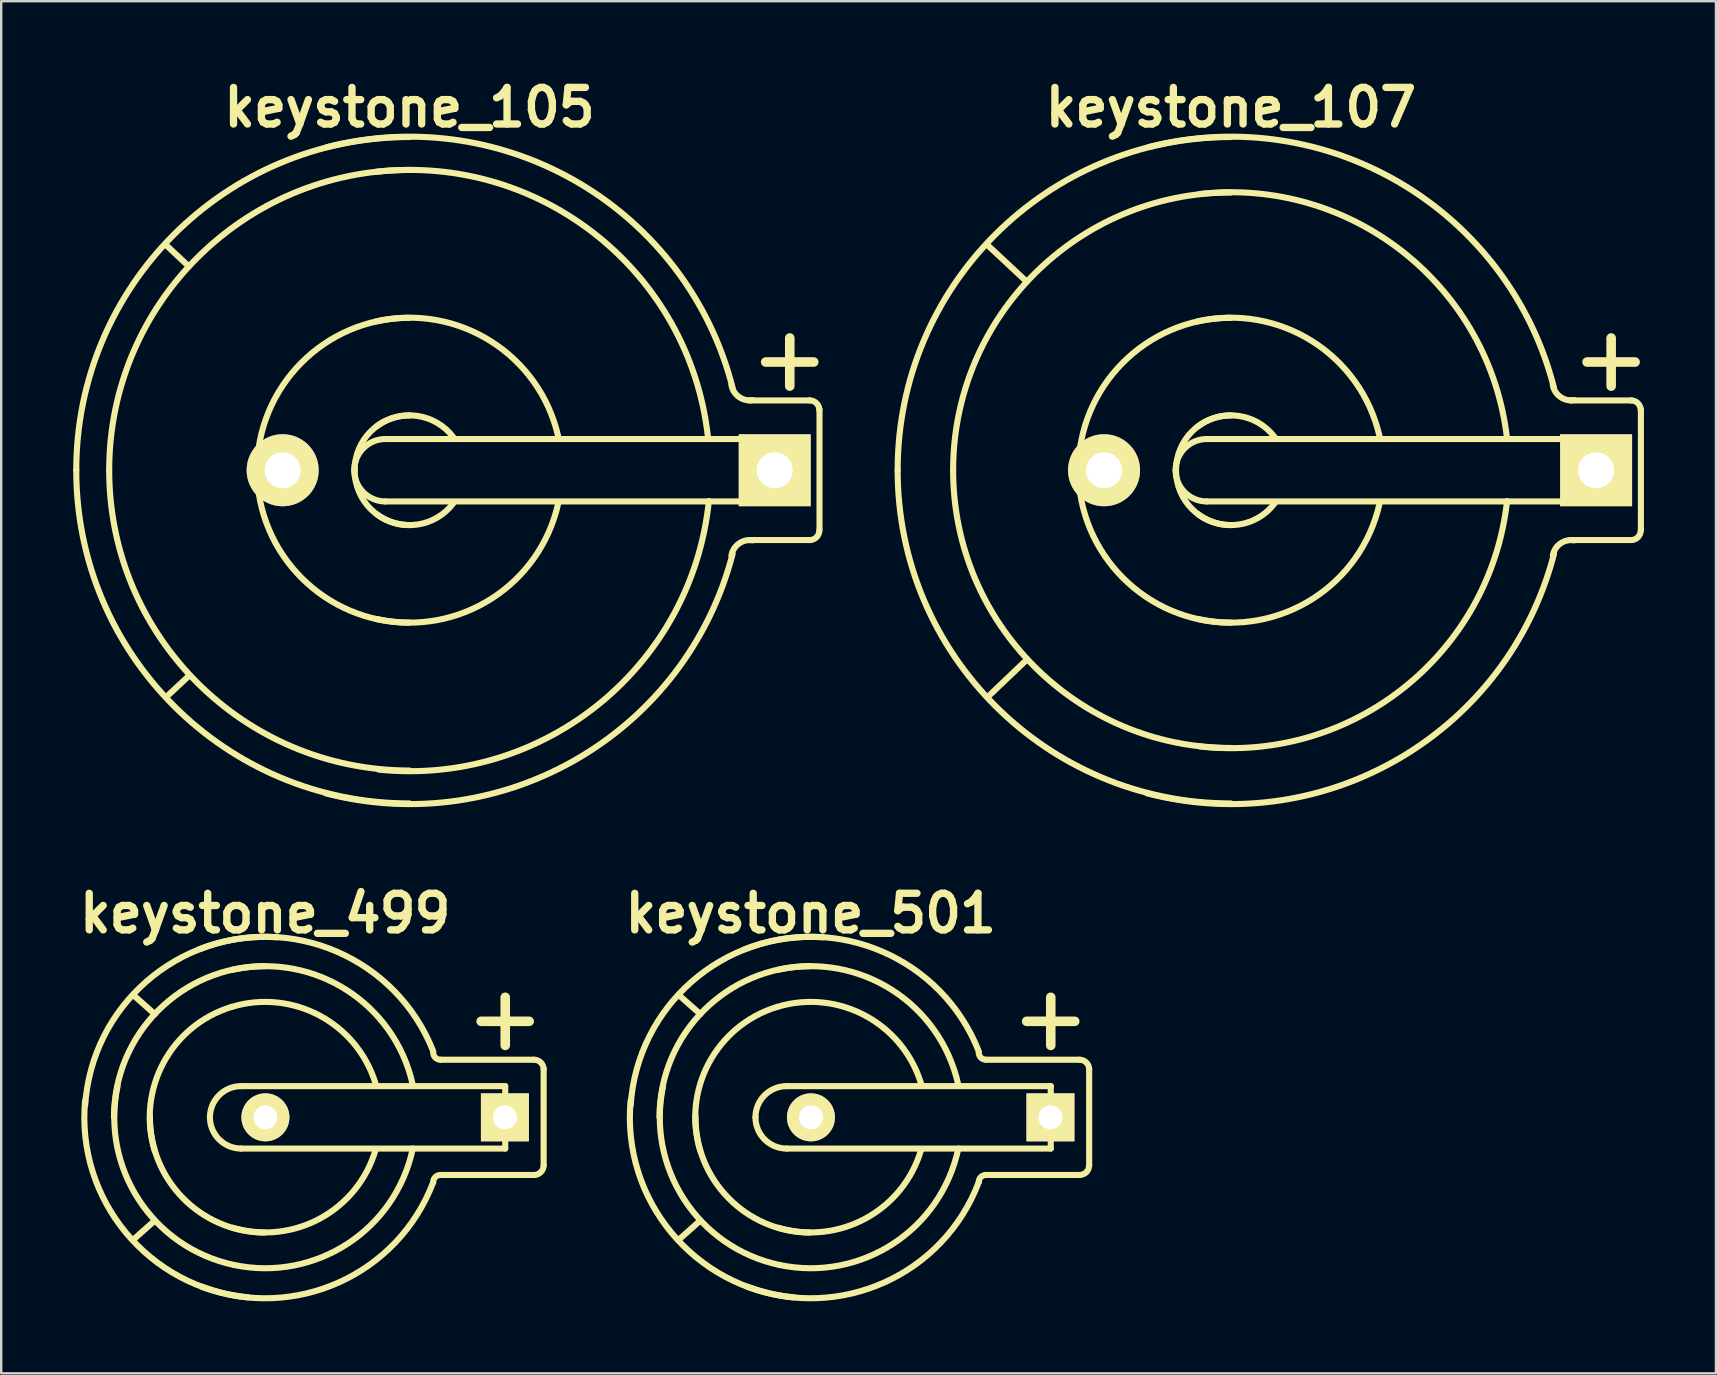
<source format=kicad_pcb>
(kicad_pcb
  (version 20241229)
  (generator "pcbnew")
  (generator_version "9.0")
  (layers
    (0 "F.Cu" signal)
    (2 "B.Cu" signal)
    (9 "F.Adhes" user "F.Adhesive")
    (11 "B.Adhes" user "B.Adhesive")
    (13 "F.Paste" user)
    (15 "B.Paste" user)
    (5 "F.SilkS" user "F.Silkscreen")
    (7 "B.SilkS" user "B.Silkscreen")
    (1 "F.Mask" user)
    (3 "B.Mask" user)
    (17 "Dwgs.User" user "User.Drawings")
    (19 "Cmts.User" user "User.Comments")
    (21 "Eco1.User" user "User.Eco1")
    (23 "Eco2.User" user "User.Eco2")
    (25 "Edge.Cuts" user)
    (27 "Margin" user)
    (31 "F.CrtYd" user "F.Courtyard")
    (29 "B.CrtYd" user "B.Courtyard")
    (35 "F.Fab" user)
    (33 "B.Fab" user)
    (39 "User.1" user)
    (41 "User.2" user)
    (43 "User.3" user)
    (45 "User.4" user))
  (footprint "keystone_499"
    (layer "F.Cu")
    (at 7.997 43.496)
    (property "Reference" "keystone_499" (at 0 -8.499 0) (layer "F.SilkS") (effects (font (size 1.524 1.524) (thickness 0.305))))
    (attr through_hole)
    (fp_line (start -5.499 -5.1) (end -4.6 -4.3) (stroke (width 0.254) (type solid)) (layer "F.SilkS"))
    (fp_line (start -5.499 5.1) (end -4.6 4.3) (stroke (width 0.254) (type solid)) (layer "F.SilkS"))
    (fp_line (start -1.001 -1.3) (end 10 -1.3) (stroke (width 0.254) (type solid)) (layer "F.SilkS"))
    (fp_line (start 8.997 -4) (end 10.998 -4) (stroke (width 0.399) (type solid)) (layer "F.SilkS"))
    (fp_line (start 10 -2.997) (end 10 -5.001) (stroke (width 0.399) (type solid)) (layer "F.SilkS"))
    (fp_line (start 10 -1.3) (end 10 1.3) (stroke (width 0.254) (type solid)) (layer "F.SilkS"))
    (fp_line (start 10 1.3) (end -1.001 1.3) (stroke (width 0.254) (type solid)) (layer "F.SilkS"))
    (fp_line (start 11.199 -2.4) (end 7.3 -2.4) (stroke (width 0.254) (type solid)) (layer "F.SilkS"))
    (fp_line (start 11.199 2.4) (end 7.3 2.4) (stroke (width 0.254) (type solid)) (layer "F.SilkS"))
    (fp_line (start 11.6 1.999) (end 11.6 -1.999) (stroke (width 0.254) (type solid)) (layer "F.SilkS"))
    (fp_arc (start -7.50062 -0.50038) (mid -4.949917 -5.657561) (end 0.50038 -7.50062) (stroke (width 0.254) (type solid)) (layer "F.SilkS"))
    (fp_arc (start -6.2992 0) (mid -4.454207 -4.454207) (end 0 -6.2992) (stroke (width 0.254) (type solid)) (layer "F.SilkS"))
    (fp_arc (start -4.59994 1.39954) (mid -4.242273 -2.263025) (end -1.39954 -4.59994) (stroke (width 0.254) (type solid)) (layer "F.SilkS"))
    (fp_arc (start -2.75082 -7.00024) (mid 3.004794 -6.895041) (end 7.00024 -2.75082) (stroke (width 0.254) (type solid)) (layer "F.SilkS"))
    (fp_arc (start -2.30124 0) (mid -1.920338 -0.919578) (end -1.00076 -1.30048) (stroke (width 0.254) (type solid)) (layer "F.SilkS"))
    (fp_arc (start -1.39954 -4.59994) (mid 2.263025 -4.242273) (end 4.59994 -1.39954) (stroke (width 0.254) (type solid)) (layer "F.SilkS"))
    (fp_arc (start -1.34874 -6.14934) (mid 3.394537 -5.301943) (end 6.14934 -1.34874) (stroke (width 0.254) (type solid)) (layer "F.SilkS"))
    (fp_arc (start -1.30048 6.14934) (mid -5.267818 3.428662) (end -6.14934 -1.30048) (stroke (width 0.254) (type solid)) (layer "F.SilkS"))
    (fp_arc (start -1.00076 1.30048) (mid -1.920338 0.919578) (end -2.30124 0) (stroke (width 0.254) (type solid)) (layer "F.SilkS"))
    (fp_arc (start -0.70104 7.50062) (mid -5.799449 4.808029) (end -7.50062 -0.70104) (stroke (width 0.254) (type solid)) (layer "F.SilkS"))
    (fp_arc (start -0.0508 4.8006) (mid -3.430458 3.358616) (end -4.8006 -0.0508) (stroke (width 0.254) (type solid)) (layer "F.SilkS"))
    (fp_arc (start 4.59994 1.34874) (mid 2.298946 4.206352) (end -1.34874 4.59994) (stroke (width 0.254) (type solid)) (layer "F.SilkS"))
    (fp_arc (start 6.14934 1.30048) (mid 3.428662 5.267818) (end -1.30048 6.14934) (stroke (width 0.254) (type solid)) (layer "F.SilkS"))
    (fp_arc (start 7.00024 2.70002) (mid 3.076636 6.873999) (end -2.64922 7.05104) (stroke (width 0.254) (type solid)) (layer "F.SilkS"))
    (fp_arc (start 7.00024 2.70002) (mid 7.088026 2.488086) (end 7.29996 2.4003) (stroke (width 0.254) (type solid)) (layer "F.SilkS"))
    (fp_arc (start 7.29996 -2.4003) (mid 7.088026 -2.488086) (end 7.00024 -2.70002) (stroke (width 0.254) (type solid)) (layer "F.SilkS"))
    (fp_arc (start 11.19886 -2.4003) (mid 11.482636 -2.282756) (end 11.60018 -1.99898) (stroke (width 0.254) (type solid)) (layer "F.SilkS"))
    (fp_arc (start 11.60018 1.99898) (mid 11.482636 2.282756) (end 11.19886 2.4003) (stroke (width 0.254) (type solid)) (layer "F.SilkS"))
    (pad "1" thru_hole rect (at 9.987 0) (size 1.999 1.999) (drill 0.996) (layers "*.Cu" "*.Mask" "F.SilkS"))
    (pad "2" thru_hole circle (at 0.01 0) (size 1.999 1.999) (drill 0.996) (layers "*.Cu" "*.Mask" "F.SilkS")))
  (footprint "keystone_501"
    (layer "F.Cu")
    (at 30.722 43.496)
    (property "Reference" "keystone_501" (at 0 -8.499 0) (layer "F.SilkS") (effects (font (size 1.524 1.524) (thickness 0.305))))
    (attr through_hole)
    (fp_line (start -5.499 -5.1) (end -4.6 -4.3) (stroke (width 0.254) (type solid)) (layer "F.SilkS"))
    (fp_line (start -5.499 5.1) (end -4.6 4.3) (stroke (width 0.254) (type solid)) (layer "F.SilkS"))
    (fp_line (start -1.001 -1.3) (end 10 -1.3) (stroke (width 0.254) (type solid)) (layer "F.SilkS"))
    (fp_line (start 8.997 -4) (end 10.998 -4) (stroke (width 0.399) (type solid)) (layer "F.SilkS"))
    (fp_line (start 10 -2.997) (end 10 -5.001) (stroke (width 0.399) (type solid)) (layer "F.SilkS"))
    (fp_line (start 10 -1.3) (end 10 1.3) (stroke (width 0.254) (type solid)) (layer "F.SilkS"))
    (fp_line (start 10 1.3) (end -1.001 1.3) (stroke (width 0.254) (type solid)) (layer "F.SilkS"))
    (fp_line (start 11.199 -2.4) (end 7.3 -2.4) (stroke (width 0.254) (type solid)) (layer "F.SilkS"))
    (fp_line (start 11.199 2.4) (end 7.3 2.4) (stroke (width 0.254) (type solid)) (layer "F.SilkS"))
    (fp_line (start 11.6 1.999) (end 11.6 -1.999) (stroke (width 0.254) (type solid)) (layer "F.SilkS"))
    (fp_arc (start -7.50062 -0.50038) (mid -4.949917 -5.657561) (end 0.50038 -7.50062) (stroke (width 0.254) (type solid)) (layer "F.SilkS"))
    (fp_arc (start -6.2992 0) (mid -4.454207 -4.454207) (end 0 -6.2992) (stroke (width 0.254) (type solid)) (layer "F.SilkS"))
    (fp_arc (start -4.59994 1.39954) (mid -4.242273 -2.263025) (end -1.39954 -4.59994) (stroke (width 0.254) (type solid)) (layer "F.SilkS"))
    (fp_arc (start -2.75082 -7.00024) (mid 3.004794 -6.895041) (end 7.00024 -2.75082) (stroke (width 0.254) (type solid)) (layer "F.SilkS"))
    (fp_arc (start -2.30124 0) (mid -1.920338 -0.919578) (end -1.00076 -1.30048) (stroke (width 0.254) (type solid)) (layer "F.SilkS"))
    (fp_arc (start -1.39954 -4.59994) (mid 2.263025 -4.242273) (end 4.59994 -1.39954) (stroke (width 0.254) (type solid)) (layer "F.SilkS"))
    (fp_arc (start -1.34874 -6.14934) (mid 3.394537 -5.301943) (end 6.14934 -1.34874) (stroke (width 0.254) (type solid)) (layer "F.SilkS"))
    (fp_arc (start -1.30048 6.14934) (mid -5.267818 3.428662) (end -6.14934 -1.30048) (stroke (width 0.254) (type solid)) (layer "F.SilkS"))
    (fp_arc (start -1.00076 1.30048) (mid -1.920338 0.919578) (end -2.30124 0) (stroke (width 0.254) (type solid)) (layer "F.SilkS"))
    (fp_arc (start -0.70104 7.50062) (mid -5.799449 4.808029) (end -7.50062 -0.70104) (stroke (width 0.254) (type solid)) (layer "F.SilkS"))
    (fp_arc (start -0.0508 4.8006) (mid -3.430458 3.358616) (end -4.8006 -0.0508) (stroke (width 0.254) (type solid)) (layer "F.SilkS"))
    (fp_arc (start 4.59994 1.34874) (mid 2.298946 4.206352) (end -1.34874 4.59994) (stroke (width 0.254) (type solid)) (layer "F.SilkS"))
    (fp_arc (start 6.14934 1.30048) (mid 3.428662 5.267818) (end -1.30048 6.14934) (stroke (width 0.254) (type solid)) (layer "F.SilkS"))
    (fp_arc (start 7.00024 2.70002) (mid 3.076636 6.873999) (end -2.64922 7.05104) (stroke (width 0.254) (type solid)) (layer "F.SilkS"))
    (fp_arc (start 7.00024 2.70002) (mid 7.088026 2.488086) (end 7.29996 2.4003) (stroke (width 0.254) (type solid)) (layer "F.SilkS"))
    (fp_arc (start 7.29996 -2.4003) (mid 7.088026 -2.488086) (end 7.00024 -2.70002) (stroke (width 0.254) (type solid)) (layer "F.SilkS"))
    (fp_arc (start 11.19886 -2.4003) (mid 11.482636 -2.282756) (end 11.60018 -1.99898) (stroke (width 0.254) (type solid)) (layer "F.SilkS"))
    (fp_arc (start 11.60018 1.99898) (mid 11.482636 2.282756) (end 11.19886 2.4003) (stroke (width 0.254) (type solid)) (layer "F.SilkS"))
    (pad "1" thru_hole rect (at 9.987 0) (size 1.999 1.999) (drill 0.996) (layers "*.Cu" "*.Mask" "F.SilkS"))
    (pad "2" thru_hole circle (at 0.01 0) (size 1.999 1.999) (drill 0.996) (layers "*.Cu" "*.Mask" "F.SilkS")))
  (footprint "keystone_107"
    (layer "F.Cu")
    (at 48.225 16.539)
    (property "Reference" "keystone_107" (at 0 -15.113 0) (layer "F.SilkS") (effects (font (size 1.524 1.524) (thickness 0.305))))
    (attr through_hole)
    (fp_line (start -8.509 -7.861) (end -10.173 -9.411) (stroke (width 0.254) (type solid)) (layer "F.SilkS"))
    (fp_line (start -8.496 7.887) (end -10.135 9.449) (stroke (width 0.254) (type solid)) (layer "F.SilkS"))
    (fp_line (start -1.001 -1.3) (end 15.199 -1.3) (stroke (width 0.254) (type solid)) (layer "F.SilkS"))
    (fp_line (start 14.839 -4.508) (end 16.84 -4.508) (stroke (width 0.399) (type solid)) (layer "F.SilkS"))
    (fp_line (start 15.199 1.3) (end -1.001 1.3) (stroke (width 0.254) (type solid)) (layer "F.SilkS"))
    (fp_line (start 15.207 -1.3) (end 15.207 1.3) (stroke (width 0.254) (type solid)) (layer "F.SilkS"))
    (fp_line (start 15.842 -3.505) (end 15.842 -5.509) (stroke (width 0.399) (type solid)) (layer "F.SilkS"))
    (fp_line (start 16.675 -2.908) (end 14.148 -2.908) (stroke (width 0.254) (type solid)) (layer "F.SilkS"))
    (fp_line (start 16.675 2.908) (end 14.148 2.908) (stroke (width 0.254) (type solid)) (layer "F.SilkS"))
    (fp_line (start 17.081 -2.54) (end 17.081 2.489) (stroke (width 0.254) (type solid)) (layer "F.SilkS"))
    (fp_arc (start -13.8811 0) (mid -9.81542 -9.81542) (end 0 -13.8811) (stroke (width 0.254) (type solid)) (layer "F.SilkS"))
    (fp_arc (start -11.5697 0) (mid -8.181013 -8.181013) (end 0 -11.5697) (stroke (width 0.254) (type solid)) (layer "F.SilkS"))
    (fp_arc (start -6.35 0.0254) (mid -4.508089 -4.472168) (end -0.0254 -6.35) (stroke (width 0.254) (type solid)) (layer "F.SilkS"))
    (fp_arc (start -3.429 -13.462) (mid 7.094402 -11.943741) (end 13.462 -3.429) (stroke (width 0.254) (type solid)) (layer "F.SilkS"))
    (fp_arc (start -2.30124 0) (mid -1.920338 -0.919578) (end -1.00076 -1.30048) (stroke (width 0.254) (type solid)) (layer "F.SilkS"))
    (fp_arc (start -2.286 0) (mid -1.616446 -1.616446) (end 0 -2.286) (stroke (width 0.254) (type solid)) (layer "F.SilkS"))
    (fp_arc (start -1.397 -6.1976) (mid 3.394537 -5.370193) (end 6.1976 -1.397) (stroke (width 0.254) (type solid)) (layer "F.SilkS"))
    (fp_arc (start -1.3716 -1.8288) (mid 0.323289 -2.263025) (end 1.8288 -1.3716) (stroke (width 0.254) (type solid)) (layer "F.SilkS"))
    (fp_arc (start -1.3081 -11.5062) (mid 7.211146 -9.061078) (end 11.5062 -1.3081) (stroke (width 0.254) (type solid)) (layer "F.SilkS"))
    (fp_arc (start -1.00076 1.30048) (mid -1.920338 0.919578) (end -2.30124 0) (stroke (width 0.254) (type solid)) (layer "F.SilkS"))
    (fp_arc (start 0 2.286) (mid -1.616446 1.616446) (end -2.286 0) (stroke (width 0.254) (type solid)) (layer "F.SilkS"))
    (fp_arc (start 0 6.35) (mid -4.490128 4.490128) (end -6.35 0) (stroke (width 0.254) (type solid)) (layer "F.SilkS"))
    (fp_arc (start 0 11.5697) (mid -8.181013 8.181013) (end -11.5697 0) (stroke (width 0.254) (type solid)) (layer "F.SilkS"))
    (fp_arc (start 0 13.8811) (mid -9.81542 9.81542) (end -13.8811 0) (stroke (width 0.254) (type solid)) (layer "F.SilkS"))
    (fp_arc (start 1.8288 1.3716) (mid 0.323289 2.263025) (end -1.3716 1.8288) (stroke (width 0.254) (type solid)) (layer "F.SilkS"))
    (fp_arc (start 6.1976 1.3716) (mid 3.412497 5.352233) (end -1.3716 6.1976) (stroke (width 0.254) (type solid)) (layer "F.SilkS"))
    (fp_arc (start 11.5062 1.2827) (mid 7.229106 9.043118) (end -1.2827 11.5062) (stroke (width 0.254) (type solid)) (layer "F.SilkS"))
    (fp_arc (start 13.4112 3.556) (mid 13.724187 3.054382) (end 14.3002 2.921) (stroke (width 0.254) (type solid)) (layer "F.SilkS"))
    (fp_arc (start 13.462 3.4798) (mid 7.058481 11.979662) (end -3.4798 13.462) (stroke (width 0.254) (type solid)) (layer "F.SilkS"))
    (fp_arc (start 14.3002 -2.921) (mid 13.724187 -3.054382) (end 13.4112 -3.556) (stroke (width 0.254) (type solid)) (layer "F.SilkS"))
    (fp_arc (start 16.67256 -2.9083) (mid 16.956336 -2.790756) (end 17.07388 -2.50698) (stroke (width 0.254) (type solid)) (layer "F.SilkS"))
    (fp_arc (start 17.07388 2.50698) (mid 16.956336 2.790756) (end 16.67256 2.9083) (stroke (width 0.254) (type solid)) (layer "F.SilkS"))
    (pad "1" thru_hole rect (at 15.215 0) (size 2.997 2.997) (drill 1.499) (layers "*.Cu" "*.Mask" "F.SilkS"))
    (pad "2" thru_hole circle (at -5.283 0) (size 3 3) (drill 1.499) (layers "*.Cu" "*.Mask" "F.SilkS")))
  (footprint "keystone_105"
    (layer "F.Cu")
    (at 14.008 16.539)
    (property "Reference" "keystone_105" (at 0 -15.113 0) (layer "F.SilkS") (effects (font (size 1.524 1.524) (thickness 0.305))))
    (attr through_hole)
    (fp_line (start -9.195 -8.496) (end -10.16 -9.398) (stroke (width 0.254) (type solid)) (layer "F.SilkS"))
    (fp_line (start -9.169 8.547) (end -10.135 9.449) (stroke (width 0.254) (type solid)) (layer "F.SilkS"))
    (fp_line (start -1.001 -1.3) (end 15.199 -1.3) (stroke (width 0.254) (type solid)) (layer "F.SilkS"))
    (fp_line (start 14.839 -4.508) (end 16.84 -4.508) (stroke (width 0.399) (type solid)) (layer "F.SilkS"))
    (fp_line (start 15.199 1.3) (end -1.001 1.3) (stroke (width 0.254) (type solid)) (layer "F.SilkS"))
    (fp_line (start 15.207 -1.3) (end 15.207 1.3) (stroke (width 0.254) (type solid)) (layer "F.SilkS"))
    (fp_line (start 15.842 -3.505) (end 15.842 -5.509) (stroke (width 0.399) (type solid)) (layer "F.SilkS"))
    (fp_line (start 16.675 -2.908) (end 14.148 -2.908) (stroke (width 0.254) (type solid)) (layer "F.SilkS"))
    (fp_line (start 16.675 2.908) (end 14.148 2.908) (stroke (width 0.254) (type solid)) (layer "F.SilkS"))
    (fp_line (start 17.081 -2.54) (end 17.081 2.489) (stroke (width 0.254) (type solid)) (layer "F.SilkS"))
    (fp_arc (start -13.8811 0) (mid -9.81542 -9.81542) (end 0 -13.8811) (stroke (width 0.254) (type solid)) (layer "F.SilkS"))
    (fp_arc (start -12.5095 0) (mid -8.845552 -8.845552) (end 0 -12.5095) (stroke (width 0.254) (type solid)) (layer "F.SilkS"))
    (fp_arc (start -6.35 0.0254) (mid -4.508089 -4.472168) (end -0.0254 -6.35) (stroke (width 0.254) (type solid)) (layer "F.SilkS"))
    (fp_arc (start -3.429 -13.462) (mid 7.094402 -11.943741) (end 13.462 -3.429) (stroke (width 0.254) (type solid)) (layer "F.SilkS"))
    (fp_arc (start -2.30124 0) (mid -1.920338 -0.919578) (end -1.00076 -1.30048) (stroke (width 0.254) (type solid)) (layer "F.SilkS"))
    (fp_arc (start -2.286 0) (mid -1.616446 -1.616446) (end 0 -2.286) (stroke (width 0.254) (type solid)) (layer "F.SilkS"))
    (fp_arc (start -1.397 -6.1976) (mid 3.394537 -5.370193) (end 6.1976 -1.397) (stroke (width 0.254) (type solid)) (layer "F.SilkS"))
    (fp_arc (start -1.3843 -12.4333) (mid 7.812823 -9.770519) (end 12.4333 -1.3843) (stroke (width 0.254) (type solid)) (layer "F.SilkS"))
    (fp_arc (start -1.3716 -1.8288) (mid 0.323289 -2.263025) (end 1.8288 -1.3716) (stroke (width 0.254) (type solid)) (layer "F.SilkS"))
    (fp_arc (start -1.00076 1.30048) (mid -1.920338 0.919578) (end -2.30124 0) (stroke (width 0.254) (type solid)) (layer "F.SilkS"))
    (fp_arc (start 0 2.286) (mid -1.616446 1.616446) (end -2.286 0) (stroke (width 0.254) (type solid)) (layer "F.SilkS"))
    (fp_arc (start 0 6.35) (mid -4.490128 4.490128) (end -6.35 0) (stroke (width 0.254) (type solid)) (layer "F.SilkS"))
    (fp_arc (start 0 12.5095) (mid -8.845552 8.845552) (end -12.5095 0) (stroke (width 0.254) (type solid)) (layer "F.SilkS"))
    (fp_arc (start 0 13.8811) (mid -9.81542 9.81542) (end -13.8811 0) (stroke (width 0.254) (type solid)) (layer "F.SilkS"))
    (fp_arc (start 1.8288 1.3716) (mid 0.323289 2.263025) (end -1.3716 1.8288) (stroke (width 0.254) (type solid)) (layer "F.SilkS"))
    (fp_arc (start 6.1976 1.3716) (mid 3.412497 5.352233) (end -1.3716 6.1976) (stroke (width 0.254) (type solid)) (layer "F.SilkS"))
    (fp_arc (start 12.4714 1.2827) (mid 7.911606 9.725617) (end -1.2827 12.4714) (stroke (width 0.254) (type solid)) (layer "F.SilkS"))
    (fp_arc (start 13.4112 3.556) (mid 13.724187 3.054382) (end 14.3002 2.921) (stroke (width 0.254) (type solid)) (layer "F.SilkS"))
    (fp_arc (start 13.462 3.4798) (mid 7.058481 11.979662) (end -3.4798 13.462) (stroke (width 0.254) (type solid)) (layer "F.SilkS"))
    (fp_arc (start 14.3002 -2.921) (mid 13.724187 -3.054382) (end 13.4112 -3.556) (stroke (width 0.254) (type solid)) (layer "F.SilkS"))
    (fp_arc (start 16.67256 -2.9083) (mid 16.956336 -2.790756) (end 17.07388 -2.50698) (stroke (width 0.254) (type solid)) (layer "F.SilkS"))
    (fp_arc (start 17.07388 2.50698) (mid 16.956336 2.790756) (end 16.67256 2.9083) (stroke (width 0.254) (type solid)) (layer "F.SilkS"))
    (pad "1" thru_hole rect (at 15.215 0) (size 2.997 2.997) (drill 1.499) (layers "*.Cu" "*.Mask" "F.SilkS"))
    (pad "2" thru_hole circle (at -5.283 0) (size 3 3) (drill 1.499) (layers "*.Cu" "*.Mask" "F.SilkS")))
  (gr_rect
    (start -3 -3)
    (end 68.433 54.159)
    (stroke (width 0.1) (type default))
    (fill no)
    (layer "Edge.Cuts")))
</source>
